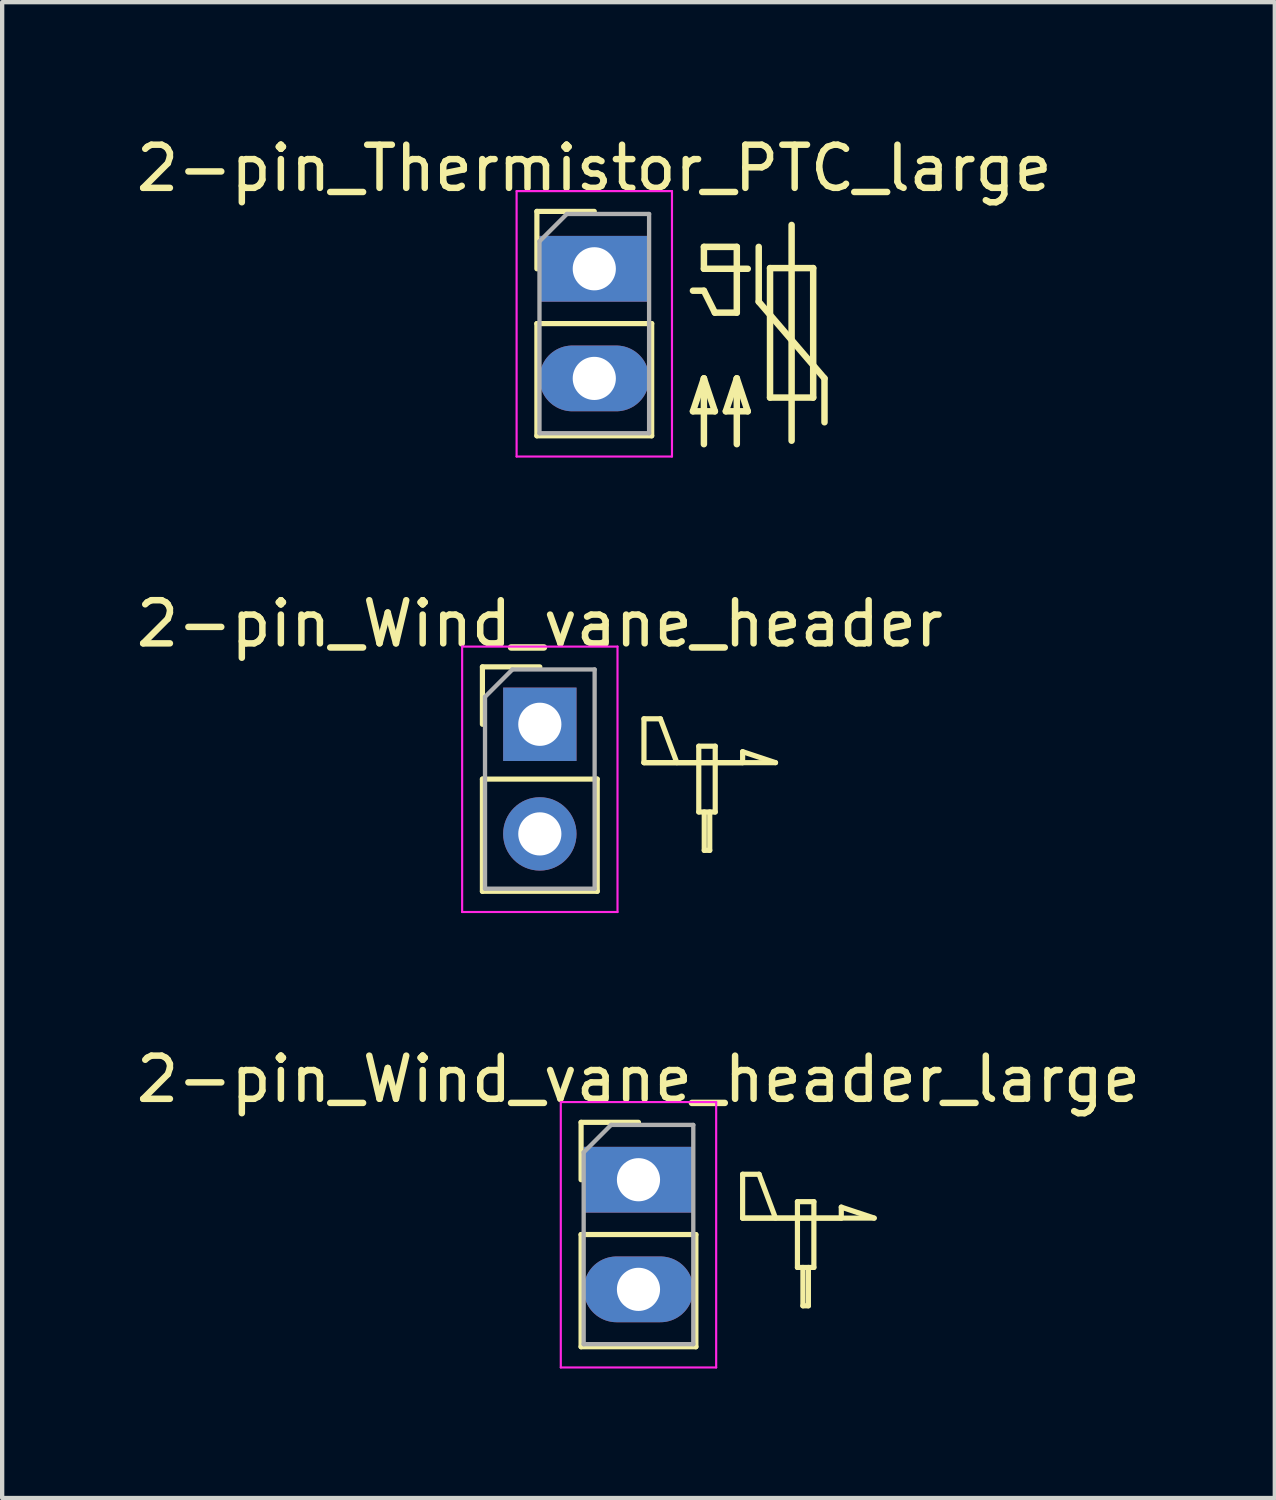
<source format=kicad_pcb>
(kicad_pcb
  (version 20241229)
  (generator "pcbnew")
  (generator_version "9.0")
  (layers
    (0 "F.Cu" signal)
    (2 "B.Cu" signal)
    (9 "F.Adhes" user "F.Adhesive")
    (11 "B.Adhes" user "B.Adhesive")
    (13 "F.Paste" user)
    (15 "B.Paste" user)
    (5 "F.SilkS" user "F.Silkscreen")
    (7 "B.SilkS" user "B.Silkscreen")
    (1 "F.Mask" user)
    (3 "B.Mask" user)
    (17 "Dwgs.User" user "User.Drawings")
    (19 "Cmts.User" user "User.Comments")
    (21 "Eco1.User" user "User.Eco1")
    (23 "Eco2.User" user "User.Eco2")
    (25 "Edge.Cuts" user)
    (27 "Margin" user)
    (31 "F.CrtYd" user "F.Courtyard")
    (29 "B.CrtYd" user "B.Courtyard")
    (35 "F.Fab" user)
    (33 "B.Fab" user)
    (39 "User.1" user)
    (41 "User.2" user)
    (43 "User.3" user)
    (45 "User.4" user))
  (footprint "2-pin_Wind_vane_header"
    (layer "F.Cu")
    (at 9.458 13.732)
    (property "Reference" "2-pin_Wind_vane_header" (at 0 -2.33 0) (layer "F.SilkS") (effects (font (size 1 1) (thickness 0.15))))
    (attr through_hole)
    (fp_line (start -1.33 -1.33) (end 0 -1.33) (stroke (width 0.12) (type solid)) (layer "F.SilkS"))
    (fp_line (start -1.33 0) (end -1.33 -1.33) (stroke (width 0.12) (type solid)) (layer "F.SilkS"))
    (fp_line (start -1.33 1.27) (end -1.33 3.87) (stroke (width 0.12) (type solid)) (layer "F.SilkS"))
    (fp_line (start -1.33 1.27) (end 1.33 1.27) (stroke (width 0.12) (type solid)) (layer "F.SilkS"))
    (fp_line (start -1.33 3.87) (end 1.33 3.87) (stroke (width 0.12) (type solid)) (layer "F.SilkS"))
    (fp_line (start 1.33 1.27) (end 1.33 3.87) (stroke (width 0.12) (type solid)) (layer "F.SilkS"))
    (fp_line (start 2.413 -0.127) (end 2.794 -0.127) (stroke (width 0.12) (type solid)) (layer "F.SilkS"))
    (fp_line (start 2.413 0.889) (end 2.413 -0.127) (stroke (width 0.12) (type solid)) (layer "F.SilkS"))
    (fp_line (start 2.413 0.889) (end 5.461 0.889) (stroke (width 0.12) (type solid)) (layer "F.SilkS"))
    (fp_line (start 2.794 -0.127) (end 3.175 0.889) (stroke (width 0.12) (type solid)) (layer "F.SilkS"))
    (fp_line (start 3.683 0.508) (end 4.064 0.508) (stroke (width 0.12) (type solid)) (layer "F.SilkS"))
    (fp_line (start 3.683 2.032) (end 3.683 0.508) (stroke (width 0.12) (type solid)) (layer "F.SilkS"))
    (fp_line (start 3.81 2.921) (end 3.81 2.032) (stroke (width 0.12) (type solid)) (layer "F.SilkS"))
    (fp_line (start 3.937 2.032) (end 3.937 2.921) (stroke (width 0.12) (type solid)) (layer "F.SilkS"))
    (fp_line (start 3.937 2.921) (end 3.81 2.921) (stroke (width 0.12) (type solid)) (layer "F.SilkS"))
    (fp_line (start 4.064 0.508) (end 4.064 2.032) (stroke (width 0.12) (type solid)) (layer "F.SilkS"))
    (fp_line (start 4.064 2.032) (end 3.683 2.032) (stroke (width 0.12) (type solid)) (layer "F.SilkS"))
    (fp_line (start 4.699 0.635) (end 4.699 0.889) (stroke (width 0.12) (type solid)) (layer "F.SilkS"))
    (fp_line (start 4.699 0.889) (end 2.413 0.889) (stroke (width 0.12) (type solid)) (layer "F.SilkS"))
    (fp_line (start 5.461 0.889) (end 4.699 0.635) (stroke (width 0.12) (type solid)) (layer "F.SilkS"))
    (fp_line (start -1.8 -1.8) (end -1.8 4.35) (stroke (width 0.05) (type solid)) (layer "F.CrtYd"))
    (fp_line (start -1.8 4.35) (end 1.8 4.35) (stroke (width 0.05) (type solid)) (layer "F.CrtYd"))
    (fp_line (start 1.8 -1.8) (end -1.8 -1.8) (stroke (width 0.05) (type solid)) (layer "F.CrtYd"))
    (fp_line (start 1.8 4.35) (end 1.8 -1.8) (stroke (width 0.05) (type solid)) (layer "F.CrtYd"))
    (fp_line (start -1.27 -0.635) (end -0.635 -1.27) (stroke (width 0.1) (type solid)) (layer "F.Fab"))
    (fp_line (start -1.27 3.81) (end -1.27 -0.635) (stroke (width 0.1) (type solid)) (layer "F.Fab"))
    (fp_line (start -0.635 -1.27) (end 1.27 -1.27) (stroke (width 0.1) (type solid)) (layer "F.Fab"))
    (fp_line (start 1.27 -1.27) (end 1.27 3.81) (stroke (width 0.1) (type solid)) (layer "F.Fab"))
    (fp_line (start 1.27 3.81) (end -1.27 3.81) (stroke (width 0.1) (type solid)) (layer "F.Fab"))
    (pad "1" thru_hole rect (at 0 0) (size 1.7 1.7) (drill 1) (layers "*.Cu" "*.Mask"))
    (pad "2" thru_hole oval (at 0 2.54) (size 1.7 1.7) (drill 1) (layers "*.Cu" "*.Mask")))
  (footprint "2-pin_Thermistor_PTC_large"
    (layer "F.Cu")
    (at 10.72 3.178)
    (property "Reference" "2-pin_Thermistor_PTC_large" (at 0 -2.33 0) (layer "F.SilkS") (effects (font (size 1 1) (thickness 0.15))))
    (attr through_hole)
    (fp_line (start -1.33 -1.33) (end 0 -1.33) (stroke (width 0.12) (type solid)) (layer "F.SilkS"))
    (fp_line (start -1.33 0) (end -1.33 -1.33) (stroke (width 0.12) (type solid)) (layer "F.SilkS"))
    (fp_line (start -1.33 1.27) (end -1.33 3.87) (stroke (width 0.12) (type solid)) (layer "F.SilkS"))
    (fp_line (start -1.33 1.27) (end 1.33 1.27) (stroke (width 0.12) (type solid)) (layer "F.SilkS"))
    (fp_line (start -1.33 3.87) (end 1.33 3.87) (stroke (width 0.12) (type solid)) (layer "F.SilkS"))
    (fp_line (start 1.33 1.27) (end 1.33 3.87) (stroke (width 0.12) (type solid)) (layer "F.SilkS"))
    (fp_line (start 2.286 0.508) (end 2.54 0.508) (stroke (width 0.15) (type solid)) (layer "F.SilkS"))
    (fp_line (start 2.286 3.302) (end 2.794 3.302) (stroke (width 0.15) (type solid)) (layer "F.SilkS"))
    (fp_line (start 2.54 -0.508) (end 2.54 0) (stroke (width 0.15) (type solid)) (layer "F.SilkS"))
    (fp_line (start 2.54 0) (end 3.556 0) (stroke (width 0.15) (type solid)) (layer "F.SilkS"))
    (fp_line (start 2.54 0.508) (end 2.794 1.016) (stroke (width 0.15) (type solid)) (layer "F.SilkS"))
    (fp_line (start 2.54 2.54) (end 2.286 3.302) (stroke (width 0.15) (type solid)) (layer "F.SilkS"))
    (fp_line (start 2.54 4.064) (end 2.54 2.54) (stroke (width 0.15) (type solid)) (layer "F.SilkS"))
    (fp_line (start 2.794 1.016) (end 3.302 1.016) (stroke (width 0.15) (type solid)) (layer "F.SilkS"))
    (fp_line (start 2.794 3.302) (end 2.54 2.54) (stroke (width 0.15) (type solid)) (layer "F.SilkS"))
    (fp_line (start 3.048 3.302) (end 3.556 3.302) (stroke (width 0.15) (type solid)) (layer "F.SilkS"))
    (fp_line (start 3.302 -0.508) (end 2.54 -0.508) (stroke (width 0.15) (type solid)) (layer "F.SilkS"))
    (fp_line (start 3.302 1.016) (end 3.302 -0.508) (stroke (width 0.15) (type solid)) (layer "F.SilkS"))
    (fp_line (start 3.302 2.54) (end 3.048 3.302) (stroke (width 0.15) (type solid)) (layer "F.SilkS"))
    (fp_line (start 3.302 4.064) (end 3.302 2.54) (stroke (width 0.15) (type solid)) (layer "F.SilkS"))
    (fp_line (start 3.556 3.302) (end 3.302 2.54) (stroke (width 0.15) (type solid)) (layer "F.SilkS"))
    (fp_line (start 3.81 0.762) (end 3.81 -0.508) (stroke (width 0.15) (type solid)) (layer "F.SilkS"))
    (fp_line (start 4.072 -0.016) (end 4.072 2.984) (stroke (width 0.15) (type solid)) (layer "F.SilkS"))
    (fp_line (start 4.072 2.984) (end 5.072 2.984) (stroke (width 0.15) (type solid)) (layer "F.SilkS"))
    (fp_line (start 4.572 -1.016) (end 4.572 3.984) (stroke (width 0.15) (type solid)) (layer "F.SilkS"))
    (fp_line (start 5.072 -0.016) (end 4.072 -0.016) (stroke (width 0.15) (type solid)) (layer "F.SilkS"))
    (fp_line (start 5.072 2.984) (end 5.072 -0.016) (stroke (width 0.15) (type solid)) (layer "F.SilkS"))
    (fp_line (start 5.334 2.54) (end 3.81 0.762) (stroke (width 0.15) (type solid)) (layer "F.SilkS"))
    (fp_line (start 5.334 3.556) (end 5.334 2.54) (stroke (width 0.15) (type solid)) (layer "F.SilkS"))
    (fp_line (start -1.8 -1.8) (end -1.8 4.35) (stroke (width 0.05) (type solid)) (layer "F.CrtYd"))
    (fp_line (start -1.8 4.35) (end 1.8 4.35) (stroke (width 0.05) (type solid)) (layer "F.CrtYd"))
    (fp_line (start 1.8 -1.8) (end -1.8 -1.8) (stroke (width 0.05) (type solid)) (layer "F.CrtYd"))
    (fp_line (start 1.8 4.35) (end 1.8 -1.8) (stroke (width 0.05) (type solid)) (layer "F.CrtYd"))
    (fp_line (start -1.27 -0.635) (end -0.635 -1.27) (stroke (width 0.1) (type solid)) (layer "F.Fab"))
    (fp_line (start -1.27 3.81) (end -1.27 -0.635) (stroke (width 0.1) (type solid)) (layer "F.Fab"))
    (fp_line (start -0.635 -1.27) (end 1.27 -1.27) (stroke (width 0.1) (type solid)) (layer "F.Fab"))
    (fp_line (start 1.27 -1.27) (end 1.27 3.81) (stroke (width 0.1) (type solid)) (layer "F.Fab"))
    (fp_line (start 1.27 3.81) (end -1.27 3.81) (stroke (width 0.1) (type solid)) (layer "F.Fab"))
    (pad "1" thru_hole rect (at 0 0) (size 2.54 1.524) (drill 1) (layers "*.Cu" "*.Mask"))
    (pad "2" thru_hole oval (at 0 2.54) (size 2.54 1.524) (drill 1) (layers "*.Cu" "*.Mask")))
  (footprint "2-pin_Wind_vane_header_large"
    (layer "F.Cu")
    (at 11.744 24.285)
    (property "Reference" "2-pin_Wind_vane_header_large" (at 0 -2.33 0) (layer "F.SilkS") (effects (font (size 1 1) (thickness 0.15))))
    (attr through_hole)
    (fp_line (start -1.33 -1.33) (end 0 -1.33) (stroke (width 0.12) (type solid)) (layer "F.SilkS"))
    (fp_line (start -1.33 0) (end -1.33 -1.33) (stroke (width 0.12) (type solid)) (layer "F.SilkS"))
    (fp_line (start -1.33 1.27) (end -1.33 3.87) (stroke (width 0.12) (type solid)) (layer "F.SilkS"))
    (fp_line (start -1.33 1.27) (end 1.33 1.27) (stroke (width 0.12) (type solid)) (layer "F.SilkS"))
    (fp_line (start -1.33 3.87) (end 1.33 3.87) (stroke (width 0.12) (type solid)) (layer "F.SilkS"))
    (fp_line (start 1.33 1.27) (end 1.33 3.87) (stroke (width 0.12) (type solid)) (layer "F.SilkS"))
    (fp_line (start 2.413 -0.127) (end 2.794 -0.127) (stroke (width 0.12) (type solid)) (layer "F.SilkS"))
    (fp_line (start 2.413 0.889) (end 2.413 -0.127) (stroke (width 0.12) (type solid)) (layer "F.SilkS"))
    (fp_line (start 2.413 0.889) (end 5.461 0.889) (stroke (width 0.12) (type solid)) (layer "F.SilkS"))
    (fp_line (start 2.794 -0.127) (end 3.175 0.889) (stroke (width 0.12) (type solid)) (layer "F.SilkS"))
    (fp_line (start 3.683 0.508) (end 4.064 0.508) (stroke (width 0.12) (type solid)) (layer "F.SilkS"))
    (fp_line (start 3.683 2.032) (end 3.683 0.508) (stroke (width 0.12) (type solid)) (layer "F.SilkS"))
    (fp_line (start 3.81 2.921) (end 3.81 2.032) (stroke (width 0.12) (type solid)) (layer "F.SilkS"))
    (fp_line (start 3.937 2.032) (end 3.937 2.921) (stroke (width 0.12) (type solid)) (layer "F.SilkS"))
    (fp_line (start 3.937 2.921) (end 3.81 2.921) (stroke (width 0.12) (type solid)) (layer "F.SilkS"))
    (fp_line (start 4.064 0.508) (end 4.064 2.032) (stroke (width 0.12) (type solid)) (layer "F.SilkS"))
    (fp_line (start 4.064 2.032) (end 3.683 2.032) (stroke (width 0.12) (type solid)) (layer "F.SilkS"))
    (fp_line (start 4.699 0.635) (end 4.699 0.889) (stroke (width 0.12) (type solid)) (layer "F.SilkS"))
    (fp_line (start 4.699 0.889) (end 2.413 0.889) (stroke (width 0.12) (type solid)) (layer "F.SilkS"))
    (fp_line (start 5.461 0.889) (end 4.699 0.635) (stroke (width 0.12) (type solid)) (layer "F.SilkS"))
    (fp_line (start -1.8 -1.8) (end -1.8 4.35) (stroke (width 0.05) (type solid)) (layer "F.CrtYd"))
    (fp_line (start -1.8 4.35) (end 1.8 4.35) (stroke (width 0.05) (type solid)) (layer "F.CrtYd"))
    (fp_line (start 1.8 -1.8) (end -1.8 -1.8) (stroke (width 0.05) (type solid)) (layer "F.CrtYd"))
    (fp_line (start 1.8 4.35) (end 1.8 -1.8) (stroke (width 0.05) (type solid)) (layer "F.CrtYd"))
    (fp_line (start -1.27 -0.635) (end -0.635 -1.27) (stroke (width 0.1) (type solid)) (layer "F.Fab"))
    (fp_line (start -1.27 3.81) (end -1.27 -0.635) (stroke (width 0.1) (type solid)) (layer "F.Fab"))
    (fp_line (start -0.635 -1.27) (end 1.27 -1.27) (stroke (width 0.1) (type solid)) (layer "F.Fab"))
    (fp_line (start 1.27 -1.27) (end 1.27 3.81) (stroke (width 0.1) (type solid)) (layer "F.Fab"))
    (fp_line (start 1.27 3.81) (end -1.27 3.81) (stroke (width 0.1) (type solid)) (layer "F.Fab"))
    (pad "1" thru_hole rect (at 0 0) (size 2.54 1.524) (drill 1) (layers "*.Cu" "*.Mask"))
    (pad "2" thru_hole oval (at 0 2.54) (size 2.54 1.524) (drill 1) (layers "*.Cu" "*.Mask")))
  (gr_rect
    (start -3 -3)
    (end 26.488 31.66)
    (stroke (width 0.1) (type default))
    (fill no)
    (layer "Edge.Cuts")))
</source>
